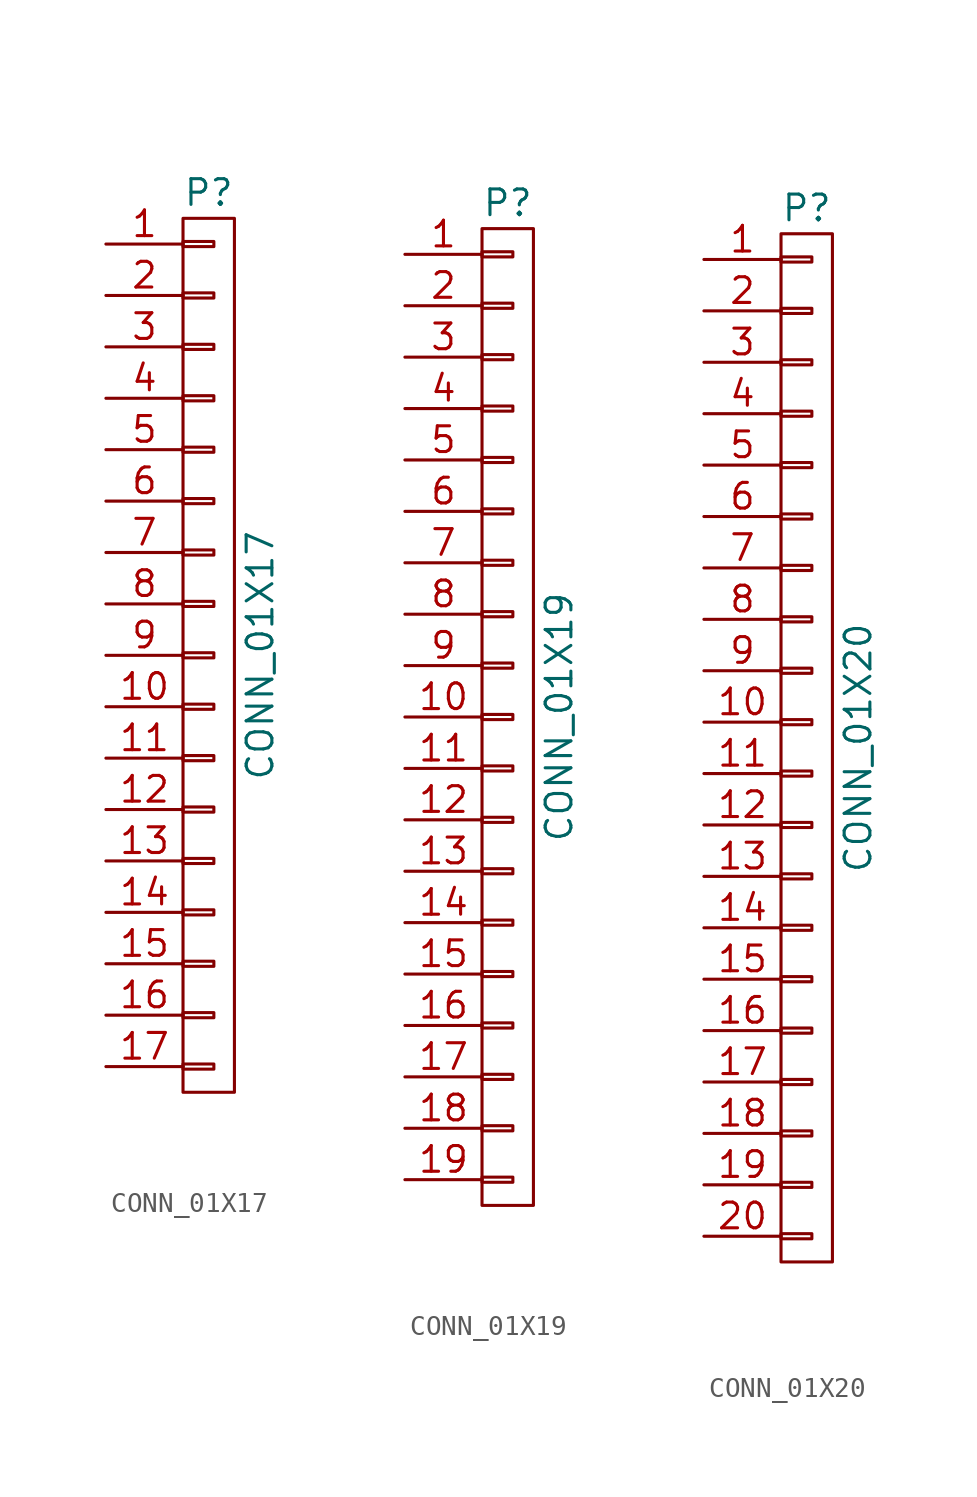
<source format=kicad_sym>
(kicad_symbol_lib
  (version 20211014)
  (generator kicad_symbol_editor)
  (symbol "CONN_01X17"
    (pin_names
      (offset 1.016) hide)
    (property "Reference" "P"
      (at 0 22.86 0)
      (effects (font (size 1.27 1.27))))
    (property "Value" "CONN_01X17"
      (at 2.54 0 90)
      (effects (font (size 1.27 1.27))))
    (property "Footprint" ""
      (at 0 0 0)
      (effects (font (size 1.27 1.27))))
    (property "Datasheet" ""
      (at 0 0 0)
      (effects (font (size 1.27 1.27))))
    (symbol "CONN_01X17_0_1"
      (rectangle (start -1.27 -20.193) (end 0.254 -20.447) (stroke (width 0) (type default) (color 0 0 0 0)) (fill (type none)))
      (rectangle (start -1.27 -17.653) (end 0.254 -17.907) (stroke (width 0) (type default) (color 0 0 0 0)) (fill (type none)))
      (rectangle (start -1.27 -15.113) (end 0.254 -15.367) (stroke (width 0) (type default) (color 0 0 0 0)) (fill (type none)))
      (rectangle (start -1.27 -12.573) (end 0.254 -12.827) (stroke (width 0) (type default) (color 0 0 0 0)) (fill (type none)))
      (rectangle (start -1.27 -10.033) (end 0.254 -10.287) (stroke (width 0) (type default) (color 0 0 0 0)) (fill (type none)))
      (rectangle (start -1.27 -7.493) (end 0.254 -7.747) (stroke (width 0) (type default) (color 0 0 0 0)) (fill (type none)))
      (rectangle (start -1.27 -4.953) (end 0.254 -5.207) (stroke (width 0) (type default) (color 0 0 0 0)) (fill (type none)))
      (rectangle (start -1.27 -2.413) (end 0.254 -2.667) (stroke (width 0) (type default) (color 0 0 0 0)) (fill (type none)))
      (rectangle (start -1.27 0.127) (end 0.254 -0.127) (stroke (width 0) (type default) (color 0 0 0 0)) (fill (type none)))
      (rectangle (start -1.27 2.667) (end 0.254 2.413) (stroke (width 0) (type default) (color 0 0 0 0)) (fill (type none)))
      (rectangle (start -1.27 5.207) (end 0.254 4.953) (stroke (width 0) (type default) (color 0 0 0 0)) (fill (type none)))
      (rectangle (start -1.27 7.747) (end 0.254 7.493) (stroke (width 0) (type default) (color 0 0 0 0)) (fill (type none)))
      (rectangle (start -1.27 10.287) (end 0.254 10.033) (stroke (width 0) (type default) (color 0 0 0 0)) (fill (type none)))
      (rectangle (start -1.27 12.827) (end 0.254 12.573) (stroke (width 0) (type default) (color 0 0 0 0)) (fill (type none)))
      (rectangle (start -1.27 15.367) (end 0.254 15.113) (stroke (width 0) (type default) (color 0 0 0 0)) (fill (type none)))
      (rectangle (start -1.27 17.907) (end 0.254 17.653) (stroke (width 0) (type default) (color 0 0 0 0)) (fill (type none)))
      (rectangle (start -1.27 20.447) (end 0.254 20.193) (stroke (width 0) (type default) (color 0 0 0 0)) (fill (type none)))
      (rectangle (start -1.27 21.59) (end 1.27 -21.59) (stroke (width 0) (type default) (color 0 0 0 0)) (fill (type none))))
    (symbol "CONN_01X17_1_1"
      (pin passive line (at -5.08 20.32 0) (length 3.81) (name "P1" (effects (font (size 1.27 1.27)))) (number "1" (effects (font (size 1.27 1.27)))))
      (pin passive line (at -5.08 -2.54 0) (length 3.81) (name "P10" (effects (font (size 1.27 1.27)))) (number "10" (effects (font (size 1.27 1.27)))))
      (pin passive line (at -5.08 -5.08 0) (length 3.81) (name "P11" (effects (font (size 1.27 1.27)))) (number "11" (effects (font (size 1.27 1.27)))))
      (pin passive line (at -5.08 -7.62 0) (length 3.81) (name "P12" (effects (font (size 1.27 1.27)))) (number "12" (effects (font (size 1.27 1.27)))))
      (pin passive line (at -5.08 -10.16 0) (length 3.81) (name "P13" (effects (font (size 1.27 1.27)))) (number "13" (effects (font (size 1.27 1.27)))))
      (pin passive line (at -5.08 -12.7 0) (length 3.81) (name "P14" (effects (font (size 1.27 1.27)))) (number "14" (effects (font (size 1.27 1.27)))))
      (pin passive line (at -5.08 -15.24 0) (length 3.81) (name "P15" (effects (font (size 1.27 1.27)))) (number "15" (effects (font (size 1.27 1.27)))))
      (pin passive line (at -5.08 -17.78 0) (length 3.81) (name "P16" (effects (font (size 1.27 1.27)))) (number "16" (effects (font (size 1.27 1.27)))))
      (pin passive line (at -5.08 -20.32 0) (length 3.81) (name "P17" (effects (font (size 1.27 1.27)))) (number "17" (effects (font (size 1.27 1.27)))))
      (pin passive line (at -5.08 17.78 0) (length 3.81) (name "P2" (effects (font (size 1.27 1.27)))) (number "2" (effects (font (size 1.27 1.27)))))
      (pin passive line (at -5.08 15.24 0) (length 3.81) (name "P3" (effects (font (size 1.27 1.27)))) (number "3" (effects (font (size 1.27 1.27)))))
      (pin passive line (at -5.08 12.7 0) (length 3.81) (name "P4" (effects (font (size 1.27 1.27)))) (number "4" (effects (font (size 1.27 1.27)))))
      (pin passive line (at -5.08 10.16 0) (length 3.81) (name "P5" (effects (font (size 1.27 1.27)))) (number "5" (effects (font (size 1.27 1.27)))))
      (pin passive line (at -5.08 7.62 0) (length 3.81) (name "P6" (effects (font (size 1.27 1.27)))) (number "6" (effects (font (size 1.27 1.27)))))
      (pin passive line (at -5.08 5.08 0) (length 3.81) (name "P7" (effects (font (size 1.27 1.27)))) (number "7" (effects (font (size 1.27 1.27)))))
      (pin passive line (at -5.08 2.54 0) (length 3.81) (name "P8" (effects (font (size 1.27 1.27)))) (number "8" (effects (font (size 1.27 1.27)))))
      (pin passive line (at -5.08 0 0) (length 3.81) (name "P9" (effects (font (size 1.27 1.27)))) (number "9" (effects (font (size 1.27 1.27)))))))
  (symbol "CONN_01X19"
    (pin_names
      (offset 1.016) hide)
    (property "Reference" "P"
      (at 0 25.4 0)
      (effects (font (size 1.27 1.27))))
    (property "Value" "CONN_01X19"
      (at 2.54 0 90)
      (effects (font (size 1.27 1.27))))
    (property "Footprint" ""
      (at 0 0 0)
      (effects (font (size 1.27 1.27))))
    (property "Datasheet" ""
      (at 0 0 0)
      (effects (font (size 1.27 1.27))))
    (symbol "CONN_01X19_0_1"
      (rectangle (start -1.27 -22.733) (end 0.254 -22.987) (stroke (width 0) (type default) (color 0 0 0 0)) (fill (type none)))
      (rectangle (start -1.27 -20.193) (end 0.254 -20.447) (stroke (width 0) (type default) (color 0 0 0 0)) (fill (type none)))
      (rectangle (start -1.27 -17.653) (end 0.254 -17.907) (stroke (width 0) (type default) (color 0 0 0 0)) (fill (type none)))
      (rectangle (start -1.27 -15.113) (end 0.254 -15.367) (stroke (width 0) (type default) (color 0 0 0 0)) (fill (type none)))
      (rectangle (start -1.27 -12.573) (end 0.254 -12.827) (stroke (width 0) (type default) (color 0 0 0 0)) (fill (type none)))
      (rectangle (start -1.27 -10.033) (end 0.254 -10.287) (stroke (width 0) (type default) (color 0 0 0 0)) (fill (type none)))
      (rectangle (start -1.27 -7.493) (end 0.254 -7.747) (stroke (width 0) (type default) (color 0 0 0 0)) (fill (type none)))
      (rectangle (start -1.27 -4.953) (end 0.254 -5.207) (stroke (width 0) (type default) (color 0 0 0 0)) (fill (type none)))
      (rectangle (start -1.27 -2.413) (end 0.254 -2.667) (stroke (width 0) (type default) (color 0 0 0 0)) (fill (type none)))
      (rectangle (start -1.27 0.127) (end 0.254 -0.127) (stroke (width 0) (type default) (color 0 0 0 0)) (fill (type none)))
      (rectangle (start -1.27 2.667) (end 0.254 2.413) (stroke (width 0) (type default) (color 0 0 0 0)) (fill (type none)))
      (rectangle (start -1.27 5.207) (end 0.254 4.953) (stroke (width 0) (type default) (color 0 0 0 0)) (fill (type none)))
      (rectangle (start -1.27 7.747) (end 0.254 7.493) (stroke (width 0) (type default) (color 0 0 0 0)) (fill (type none)))
      (rectangle (start -1.27 10.287) (end 0.254 10.033) (stroke (width 0) (type default) (color 0 0 0 0)) (fill (type none)))
      (rectangle (start -1.27 12.827) (end 0.254 12.573) (stroke (width 0) (type default) (color 0 0 0 0)) (fill (type none)))
      (rectangle (start -1.27 15.367) (end 0.254 15.113) (stroke (width 0) (type default) (color 0 0 0 0)) (fill (type none)))
      (rectangle (start -1.27 17.907) (end 0.254 17.653) (stroke (width 0) (type default) (color 0 0 0 0)) (fill (type none)))
      (rectangle (start -1.27 20.447) (end 0.254 20.193) (stroke (width 0) (type default) (color 0 0 0 0)) (fill (type none)))
      (rectangle (start -1.27 22.987) (end 0.254 22.733) (stroke (width 0) (type default) (color 0 0 0 0)) (fill (type none)))
      (rectangle (start -1.27 24.13) (end 1.27 -24.13) (stroke (width 0) (type default) (color 0 0 0 0)) (fill (type none))))
    (symbol "CONN_01X19_1_1"
      (pin passive line (at -5.08 22.86 0) (length 3.81) (name "P1" (effects (font (size 1.27 1.27)))) (number "1" (effects (font (size 1.27 1.27)))))
      (pin passive line (at -5.08 0 0) (length 3.81) (name "P10" (effects (font (size 1.27 1.27)))) (number "10" (effects (font (size 1.27 1.27)))))
      (pin passive line (at -5.08 -2.54 0) (length 3.81) (name "P11" (effects (font (size 1.27 1.27)))) (number "11" (effects (font (size 1.27 1.27)))))
      (pin passive line (at -5.08 -5.08 0) (length 3.81) (name "P12" (effects (font (size 1.27 1.27)))) (number "12" (effects (font (size 1.27 1.27)))))
      (pin passive line (at -5.08 -7.62 0) (length 3.81) (name "P13" (effects (font (size 1.27 1.27)))) (number "13" (effects (font (size 1.27 1.27)))))
      (pin passive line (at -5.08 -10.16 0) (length 3.81) (name "P14" (effects (font (size 1.27 1.27)))) (number "14" (effects (font (size 1.27 1.27)))))
      (pin passive line (at -5.08 -12.7 0) (length 3.81) (name "P15" (effects (font (size 1.27 1.27)))) (number "15" (effects (font (size 1.27 1.27)))))
      (pin passive line (at -5.08 -15.24 0) (length 3.81) (name "P16" (effects (font (size 1.27 1.27)))) (number "16" (effects (font (size 1.27 1.27)))))
      (pin passive line (at -5.08 -17.78 0) (length 3.81) (name "P17" (effects (font (size 1.27 1.27)))) (number "17" (effects (font (size 1.27 1.27)))))
      (pin passive line (at -5.08 -20.32 0) (length 3.81) (name "P18" (effects (font (size 1.27 1.27)))) (number "18" (effects (font (size 1.27 1.27)))))
      (pin passive line (at -5.08 -22.86 0) (length 3.81) (name "P19" (effects (font (size 1.27 1.27)))) (number "19" (effects (font (size 1.27 1.27)))))
      (pin passive line (at -5.08 20.32 0) (length 3.81) (name "P2" (effects (font (size 1.27 1.27)))) (number "2" (effects (font (size 1.27 1.27)))))
      (pin passive line (at -5.08 17.78 0) (length 3.81) (name "P3" (effects (font (size 1.27 1.27)))) (number "3" (effects (font (size 1.27 1.27)))))
      (pin passive line (at -5.08 15.24 0) (length 3.81) (name "P4" (effects (font (size 1.27 1.27)))) (number "4" (effects (font (size 1.27 1.27)))))
      (pin passive line (at -5.08 12.7 0) (length 3.81) (name "P5" (effects (font (size 1.27 1.27)))) (number "5" (effects (font (size 1.27 1.27)))))
      (pin passive line (at -5.08 10.16 0) (length 3.81) (name "P6" (effects (font (size 1.27 1.27)))) (number "6" (effects (font (size 1.27 1.27)))))
      (pin passive line (at -5.08 7.62 0) (length 3.81) (name "P7" (effects (font (size 1.27 1.27)))) (number "7" (effects (font (size 1.27 1.27)))))
      (pin passive line (at -5.08 5.08 0) (length 3.81) (name "P8" (effects (font (size 1.27 1.27)))) (number "8" (effects (font (size 1.27 1.27)))))
      (pin passive line (at -5.08 2.54 0) (length 3.81) (name "P9" (effects (font (size 1.27 1.27)))) (number "9" (effects (font (size 1.27 1.27)))))))
  (symbol "CONN_01X20"
    (pin_names
      (offset 1.016) hide)
    (property "Reference" "P"
      (at 0 26.67 0)
      (effects (font (size 1.27 1.27))))
    (property "Value" "CONN_01X20"
      (at 2.54 0 90)
      (effects (font (size 1.27 1.27))))
    (property "Footprint" ""
      (at 0 0 0)
      (effects (font (size 1.27 1.27))))
    (property "Datasheet" ""
      (at 0 0 0)
      (effects (font (size 1.27 1.27))))
    (symbol "CONN_01X20_0_1"
      (rectangle (start -1.27 -25.4) (end 1.27 25.4) (stroke (width 0) (type default) (color 0 0 0 0)) (fill (type none)))
      (rectangle (start -1.27 -24.003) (end 0.254 -24.257) (stroke (width 0) (type default) (color 0 0 0 0)) (fill (type none)))
      (rectangle (start -1.27 -21.463) (end 0.254 -21.717) (stroke (width 0) (type default) (color 0 0 0 0)) (fill (type none)))
      (rectangle (start -1.27 -18.923) (end 0.254 -19.177) (stroke (width 0) (type default) (color 0 0 0 0)) (fill (type none)))
      (rectangle (start -1.27 -16.383) (end 0.254 -16.637) (stroke (width 0) (type default) (color 0 0 0 0)) (fill (type none)))
      (rectangle (start -1.27 -13.843) (end 0.254 -14.097) (stroke (width 0) (type default) (color 0 0 0 0)) (fill (type none)))
      (rectangle (start -1.27 -11.303) (end 0.254 -11.557) (stroke (width 0) (type default) (color 0 0 0 0)) (fill (type none)))
      (rectangle (start -1.27 -8.763) (end 0.254 -9.017) (stroke (width 0) (type default) (color 0 0 0 0)) (fill (type none)))
      (rectangle (start -1.27 -6.223) (end 0.254 -6.477) (stroke (width 0) (type default) (color 0 0 0 0)) (fill (type none)))
      (rectangle (start -1.27 -3.683) (end 0.254 -3.937) (stroke (width 0) (type default) (color 0 0 0 0)) (fill (type none)))
      (rectangle (start -1.27 -1.143) (end 0.254 -1.397) (stroke (width 0) (type default) (color 0 0 0 0)) (fill (type none)))
      (rectangle (start -1.27 1.397) (end 0.254 1.143) (stroke (width 0) (type default) (color 0 0 0 0)) (fill (type none)))
      (rectangle (start -1.27 3.937) (end 0.254 3.683) (stroke (width 0) (type default) (color 0 0 0 0)) (fill (type none)))
      (rectangle (start -1.27 6.477) (end 0.254 6.223) (stroke (width 0) (type default) (color 0 0 0 0)) (fill (type none)))
      (rectangle (start -1.27 9.017) (end 0.254 8.763) (stroke (width 0) (type default) (color 0 0 0 0)) (fill (type none)))
      (rectangle (start -1.27 11.557) (end 0.254 11.303) (stroke (width 0) (type default) (color 0 0 0 0)) (fill (type none)))
      (rectangle (start -1.27 14.097) (end 0.254 13.843) (stroke (width 0) (type default) (color 0 0 0 0)) (fill (type none)))
      (rectangle (start -1.27 16.637) (end 0.254 16.383) (stroke (width 0) (type default) (color 0 0 0 0)) (fill (type none)))
      (rectangle (start -1.27 19.177) (end 0.254 18.923) (stroke (width 0) (type default) (color 0 0 0 0)) (fill (type none)))
      (rectangle (start -1.27 21.717) (end 0.254 21.463) (stroke (width 0) (type default) (color 0 0 0 0)) (fill (type none)))
      (rectangle (start -1.27 24.257) (end 0.254 24.003) (stroke (width 0) (type default) (color 0 0 0 0)) (fill (type none))))
    (symbol "CONN_01X20_1_1"
      (pin passive line (at -5.08 24.13 0) (length 3.81) (name "P1" (effects (font (size 1.27 1.27)))) (number "1" (effects (font (size 1.27 1.27)))))
      (pin passive line (at -5.08 1.27 0) (length 3.81) (name "P10" (effects (font (size 1.27 1.27)))) (number "10" (effects (font (size 1.27 1.27)))))
      (pin passive line (at -5.08 -1.27 0) (length 3.81) (name "P11" (effects (font (size 1.27 1.27)))) (number "11" (effects (font (size 1.27 1.27)))))
      (pin passive line (at -5.08 -3.81 0) (length 3.81) (name "P12" (effects (font (size 1.27 1.27)))) (number "12" (effects (font (size 1.27 1.27)))))
      (pin passive line (at -5.08 -6.35 0) (length 3.81) (name "P13" (effects (font (size 1.27 1.27)))) (number "13" (effects (font (size 1.27 1.27)))))
      (pin passive line (at -5.08 -8.89 0) (length 3.81) (name "P14" (effects (font (size 1.27 1.27)))) (number "14" (effects (font (size 1.27 1.27)))))
      (pin passive line (at -5.08 -11.43 0) (length 3.81) (name "P15" (effects (font (size 1.27 1.27)))) (number "15" (effects (font (size 1.27 1.27)))))
      (pin passive line (at -5.08 -13.97 0) (length 3.81) (name "P16" (effects (font (size 1.27 1.27)))) (number "16" (effects (font (size 1.27 1.27)))))
      (pin passive line (at -5.08 -16.51 0) (length 3.81) (name "P17" (effects (font (size 1.27 1.27)))) (number "17" (effects (font (size 1.27 1.27)))))
      (pin passive line (at -5.08 -19.05 0) (length 3.81) (name "P18" (effects (font (size 1.27 1.27)))) (number "18" (effects (font (size 1.27 1.27)))))
      (pin passive line (at -5.08 -21.59 0) (length 3.81) (name "P19" (effects (font (size 1.27 1.27)))) (number "19" (effects (font (size 1.27 1.27)))))
      (pin passive line (at -5.08 21.59 0) (length 3.81) (name "P2" (effects (font (size 1.27 1.27)))) (number "2" (effects (font (size 1.27 1.27)))))
      (pin passive line (at -5.08 -24.13 0) (length 3.81) (name "P20" (effects (font (size 1.27 1.27)))) (number "20" (effects (font (size 1.27 1.27)))))
      (pin passive line (at -5.08 19.05 0) (length 3.81) (name "P3" (effects (font (size 1.27 1.27)))) (number "3" (effects (font (size 1.27 1.27)))))
      (pin passive line (at -5.08 16.51 0) (length 3.81) (name "P4" (effects (font (size 1.27 1.27)))) (number "4" (effects (font (size 1.27 1.27)))))
      (pin passive line (at -5.08 13.97 0) (length 3.81) (name "P5" (effects (font (size 1.27 1.27)))) (number "5" (effects (font (size 1.27 1.27)))))
      (pin passive line (at -5.08 11.43 0) (length 3.81) (name "P6" (effects (font (size 1.27 1.27)))) (number "6" (effects (font (size 1.27 1.27)))))
      (pin passive line (at -5.08 8.89 0) (length 3.81) (name "P7" (effects (font (size 1.27 1.27)))) (number "7" (effects (font (size 1.27 1.27)))))
      (pin passive line (at -5.08 6.35 0) (length 3.81) (name "P8" (effects (font (size 1.27 1.27)))) (number "8" (effects (font (size 1.27 1.27)))))
      (pin passive line (at -5.08 3.81 0) (length 3.81) (name "P9" (effects (font (size 1.27 1.27)))) (number "9" (effects (font (size 1.27 1.27))))))))
</source>
